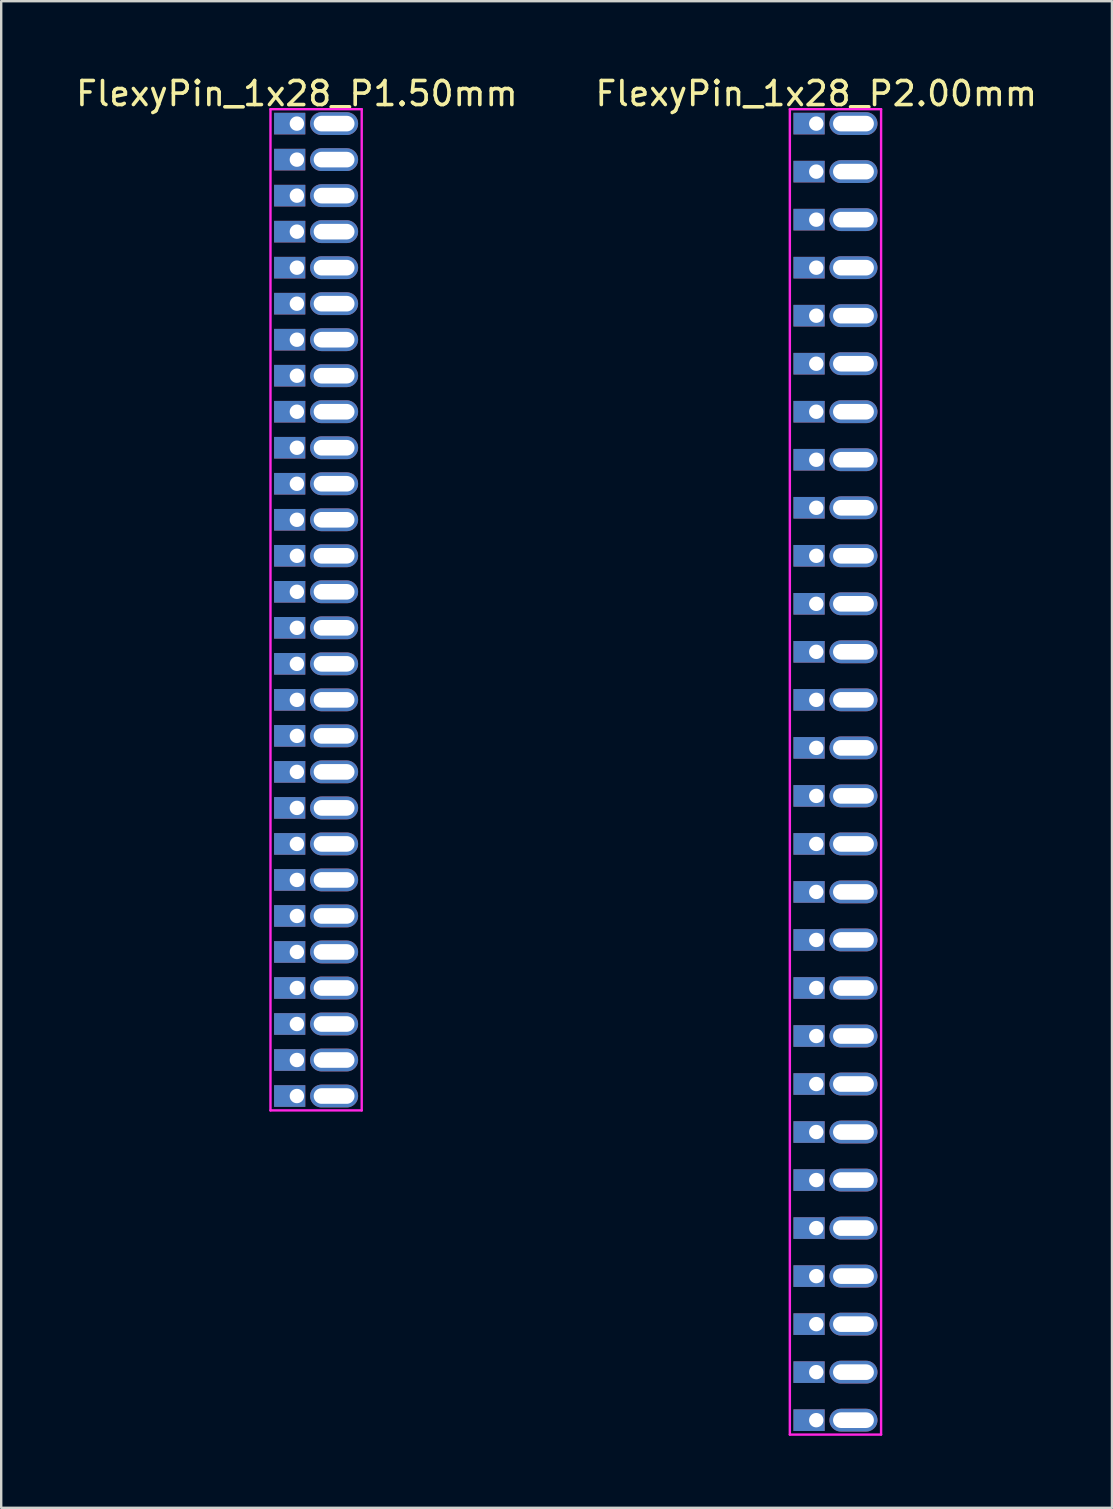
<source format=kicad_pcb>
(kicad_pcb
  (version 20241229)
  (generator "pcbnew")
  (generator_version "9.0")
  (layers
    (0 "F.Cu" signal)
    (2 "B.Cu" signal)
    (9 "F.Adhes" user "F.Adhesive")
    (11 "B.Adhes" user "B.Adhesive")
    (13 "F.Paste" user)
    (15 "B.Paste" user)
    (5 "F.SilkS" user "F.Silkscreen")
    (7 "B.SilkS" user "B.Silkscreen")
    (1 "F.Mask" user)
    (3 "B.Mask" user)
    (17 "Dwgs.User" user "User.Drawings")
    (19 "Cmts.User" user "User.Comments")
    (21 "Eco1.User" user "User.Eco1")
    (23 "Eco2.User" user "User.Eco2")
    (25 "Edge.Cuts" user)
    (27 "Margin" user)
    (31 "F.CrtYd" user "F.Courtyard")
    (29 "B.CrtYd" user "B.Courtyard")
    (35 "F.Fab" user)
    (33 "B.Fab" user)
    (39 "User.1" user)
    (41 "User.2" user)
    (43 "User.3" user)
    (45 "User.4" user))
  (footprint "FlexyPin_1x28_P1.50mm"
    (layer "F.Cu")
    (at 9.315 2.098)
    (property "Reference" "FlexyPin_1x28_P1.50mm" (at 0 -1.25 0) (layer "F.SilkS") (effects (font (size 1 1) (thickness 0.15))))
    (attr through_hole)
    (fp_line (start -1.1 -0.6) (end 2.7 -0.6) (stroke (width 0.1) (type solid)) (layer "F.CrtYd"))
    (fp_line (start -1.1 41.1) (end -1.1 -0.6) (stroke (width 0.1) (type solid)) (layer "F.CrtYd"))
    (fp_line (start 2.7 -0.6) (end 2.7 41.1) (stroke (width 0.1) (type solid)) (layer "F.CrtYd"))
    (fp_line (start 2.7 41.1) (end -1.1 41.1) (stroke (width 0.1) (type solid)) (layer "F.CrtYd"))
    (pad "" thru_hole oval (at 1.55 0) (size 2 0.95) (drill oval 1.7 0.65) (layers "*.Cu" "*.Mask"))
    (pad "" thru_hole oval (at 1.55 1.5) (size 2 0.95) (drill oval 1.7 0.65) (layers "*.Cu" "*.Mask"))
    (pad "" thru_hole oval (at 1.55 3) (size 2 0.95) (drill oval 1.7 0.65) (layers "*.Cu" "*.Mask"))
    (pad "" thru_hole oval (at 1.55 4.5) (size 2 0.95) (drill oval 1.7 0.65) (layers "*.Cu" "*.Mask"))
    (pad "" thru_hole oval (at 1.55 6) (size 2 0.95) (drill oval 1.7 0.65) (layers "*.Cu" "*.Mask"))
    (pad "" thru_hole oval (at 1.55 7.5) (size 2 0.95) (drill oval 1.7 0.65) (layers "*.Cu" "*.Mask"))
    (pad "" thru_hole oval (at 1.55 9) (size 2 0.95) (drill oval 1.7 0.65) (layers "*.Cu" "*.Mask"))
    (pad "" thru_hole oval (at 1.55 10.5) (size 2 0.95) (drill oval 1.7 0.65) (layers "*.Cu" "*.Mask"))
    (pad "" thru_hole oval (at 1.55 12) (size 2 0.95) (drill oval 1.7 0.65) (layers "*.Cu" "*.Mask"))
    (pad "" thru_hole oval (at 1.55 13.5) (size 2 0.95) (drill oval 1.7 0.65) (layers "*.Cu" "*.Mask"))
    (pad "" thru_hole oval (at 1.55 15) (size 2 0.95) (drill oval 1.7 0.65) (layers "*.Cu" "*.Mask"))
    (pad "" thru_hole oval (at 1.55 16.5) (size 2 0.95) (drill oval 1.7 0.65) (layers "*.Cu" "*.Mask"))
    (pad "" thru_hole oval (at 1.55 18) (size 2 0.95) (drill oval 1.7 0.65) (layers "*.Cu" "*.Mask"))
    (pad "" thru_hole oval (at 1.55 19.5) (size 2 0.95) (drill oval 1.7 0.65) (layers "*.Cu" "*.Mask"))
    (pad "" thru_hole oval (at 1.55 21) (size 2 0.95) (drill oval 1.7 0.65) (layers "*.Cu" "*.Mask"))
    (pad "" thru_hole oval (at 1.55 22.5) (size 2 0.95) (drill oval 1.7 0.65) (layers "*.Cu" "*.Mask"))
    (pad "" thru_hole oval (at 1.55 24) (size 2 0.95) (drill oval 1.7 0.65) (layers "*.Cu" "*.Mask"))
    (pad "" thru_hole oval (at 1.55 25.5) (size 2 0.95) (drill oval 1.7 0.65) (layers "*.Cu" "*.Mask"))
    (pad "" thru_hole oval (at 1.55 27) (size 2 0.95) (drill oval 1.7 0.65) (layers "*.Cu" "*.Mask"))
    (pad "" thru_hole oval (at 1.55 28.5) (size 2 0.95) (drill oval 1.7 0.65) (layers "*.Cu" "*.Mask"))
    (pad "" thru_hole oval (at 1.55 30) (size 2 0.95) (drill oval 1.7 0.65) (layers "*.Cu" "*.Mask"))
    (pad "" thru_hole oval (at 1.55 31.5) (size 2 0.95) (drill oval 1.7 0.65) (layers "*.Cu" "*.Mask"))
    (pad "" thru_hole oval (at 1.55 33) (size 2 0.95) (drill oval 1.7 0.65) (layers "*.Cu" "*.Mask"))
    (pad "" thru_hole oval (at 1.55 34.5) (size 2 0.95) (drill oval 1.7 0.65) (layers "*.Cu" "*.Mask"))
    (pad "" thru_hole oval (at 1.55 36) (size 2 0.95) (drill oval 1.7 0.65) (layers "*.Cu" "*.Mask"))
    (pad "" thru_hole oval (at 1.55 37.5) (size 2 0.95) (drill oval 1.7 0.65) (layers "*.Cu" "*.Mask"))
    (pad "" thru_hole oval (at 1.55 39) (size 2 0.95) (drill oval 1.7 0.65) (layers "*.Cu" "*.Mask"))
    (pad "" thru_hole oval (at 1.55 40.5) (size 2 0.95) (drill oval 1.7 0.65) (layers "*.Cu" "*.Mask"))
    (pad "1" thru_hole rect (at 0 0) (size 1.3 0.9) (drill 0.6 (offset -0.3 0)) (layers "*.Cu" "*.Mask"))
    (pad "2" thru_hole rect (at 0 1.5) (size 1.3 0.9) (drill 0.6 (offset -0.3 0)) (layers "*.Cu" "*.Mask"))
    (pad "3" thru_hole rect (at 0 3) (size 1.3 0.9) (drill 0.6 (offset -0.3 0)) (layers "*.Cu" "*.Mask"))
    (pad "4" thru_hole rect (at 0 4.5) (size 1.3 0.9) (drill 0.6 (offset -0.3 0)) (layers "*.Cu" "*.Mask"))
    (pad "5" thru_hole rect (at 0 6) (size 1.3 0.9) (drill 0.6 (offset -0.3 0)) (layers "*.Cu" "*.Mask"))
    (pad "6" thru_hole rect (at 0 7.5) (size 1.3 0.9) (drill 0.6 (offset -0.3 0)) (layers "*.Cu" "*.Mask"))
    (pad "7" thru_hole rect (at 0 9) (size 1.3 0.9) (drill 0.6 (offset -0.3 0)) (layers "*.Cu" "*.Mask"))
    (pad "8" thru_hole rect (at 0 10.5) (size 1.3 0.9) (drill 0.6 (offset -0.3 0)) (layers "*.Cu" "*.Mask"))
    (pad "9" thru_hole rect (at 0 12) (size 1.3 0.9) (drill 0.6 (offset -0.3 0)) (layers "*.Cu" "*.Mask"))
    (pad "10" thru_hole rect (at 0 13.5) (size 1.3 0.9) (drill 0.6 (offset -0.3 0)) (layers "*.Cu" "*.Mask"))
    (pad "11" thru_hole rect (at 0 15) (size 1.3 0.9) (drill 0.6 (offset -0.3 0)) (layers "*.Cu" "*.Mask"))
    (pad "12" thru_hole rect (at 0 16.5) (size 1.3 0.9) (drill 0.6 (offset -0.3 0)) (layers "*.Cu" "*.Mask"))
    (pad "13" thru_hole rect (at 0 18) (size 1.3 0.9) (drill 0.6 (offset -0.3 0)) (layers "*.Cu" "*.Mask"))
    (pad "14" thru_hole rect (at 0 19.5) (size 1.3 0.9) (drill 0.6 (offset -0.3 0)) (layers "*.Cu" "*.Mask"))
    (pad "15" thru_hole rect (at 0 21) (size 1.3 0.9) (drill 0.6 (offset -0.3 0)) (layers "*.Cu" "*.Mask"))
    (pad "16" thru_hole rect (at 0 22.5) (size 1.3 0.9) (drill 0.6 (offset -0.3 0)) (layers "*.Cu" "*.Mask"))
    (pad "17" thru_hole rect (at 0 24) (size 1.3 0.9) (drill 0.6 (offset -0.3 0)) (layers "*.Cu" "*.Mask"))
    (pad "18" thru_hole rect (at 0 25.5) (size 1.3 0.9) (drill 0.6 (offset -0.3 0)) (layers "*.Cu" "*.Mask"))
    (pad "19" thru_hole rect (at 0 27) (size 1.3 0.9) (drill 0.6 (offset -0.3 0)) (layers "*.Cu" "*.Mask"))
    (pad "20" thru_hole rect (at 0 28.5) (size 1.3 0.9) (drill 0.6 (offset -0.3 0)) (layers "*.Cu" "*.Mask"))
    (pad "21" thru_hole rect (at 0 30) (size 1.3 0.9) (drill 0.6 (offset -0.3 0)) (layers "*.Cu" "*.Mask"))
    (pad "22" thru_hole rect (at 0 31.5) (size 1.3 0.9) (drill 0.6 (offset -0.3 0)) (layers "*.Cu" "*.Mask"))
    (pad "23" thru_hole rect (at 0 33) (size 1.3 0.9) (drill 0.6 (offset -0.3 0)) (layers "*.Cu" "*.Mask"))
    (pad "24" thru_hole rect (at 0 34.5) (size 1.3 0.9) (drill 0.6 (offset -0.3 0)) (layers "*.Cu" "*.Mask"))
    (pad "25" thru_hole rect (at 0 36) (size 1.3 0.9) (drill 0.6 (offset -0.3 0)) (layers "*.Cu" "*.Mask"))
    (pad "26" thru_hole rect (at 0 37.5) (size 1.3 0.9) (drill 0.6 (offset -0.3 0)) (layers "*.Cu" "*.Mask"))
    (pad "27" thru_hole rect (at 0 39) (size 1.3 0.9) (drill 0.6 (offset -0.3 0)) (layers "*.Cu" "*.Mask"))
    (pad "28" thru_hole rect (at 0 40.5) (size 1.3 0.9) (drill 0.6 (offset -0.3 0)) (layers "*.Cu" "*.Mask")))
  (footprint "FlexyPin_1x28_P2.00mm"
    (layer "F.Cu")
    (at 30.946 2.098)
    (property "Reference" "FlexyPin_1x28_P2.00mm" (at 0 -1.25 0) (layer "F.SilkS") (effects (font (size 1 1) (thickness 0.15))))
    (attr through_hole)
    (fp_line (start -1.1 -0.6) (end 2.7 -0.6) (stroke (width 0.1) (type solid)) (layer "F.CrtYd"))
    (fp_line (start -1.1 54.6) (end -1.1 -0.6) (stroke (width 0.1) (type solid)) (layer "F.CrtYd"))
    (fp_line (start 2.7 -0.6) (end 2.7 54.6) (stroke (width 0.1) (type solid)) (layer "F.CrtYd"))
    (fp_line (start 2.7 54.6) (end -1.1 54.6) (stroke (width 0.1) (type solid)) (layer "F.CrtYd"))
    (pad "" thru_hole oval (at 1.55 0) (size 2 0.95) (drill oval 1.7 0.65) (layers "*.Cu" "*.Mask"))
    (pad "" thru_hole oval (at 1.55 2) (size 2 0.95) (drill oval 1.7 0.65) (layers "*.Cu" "*.Mask"))
    (pad "" thru_hole oval (at 1.55 4) (size 2 0.95) (drill oval 1.7 0.65) (layers "*.Cu" "*.Mask"))
    (pad "" thru_hole oval (at 1.55 6) (size 2 0.95) (drill oval 1.7 0.65) (layers "*.Cu" "*.Mask"))
    (pad "" thru_hole oval (at 1.55 8) (size 2 0.95) (drill oval 1.7 0.65) (layers "*.Cu" "*.Mask"))
    (pad "" thru_hole oval (at 1.55 10) (size 2 0.95) (drill oval 1.7 0.65) (layers "*.Cu" "*.Mask"))
    (pad "" thru_hole oval (at 1.55 12) (size 2 0.95) (drill oval 1.7 0.65) (layers "*.Cu" "*.Mask"))
    (pad "" thru_hole oval (at 1.55 14) (size 2 0.95) (drill oval 1.7 0.65) (layers "*.Cu" "*.Mask"))
    (pad "" thru_hole oval (at 1.55 16) (size 2 0.95) (drill oval 1.7 0.65) (layers "*.Cu" "*.Mask"))
    (pad "" thru_hole oval (at 1.55 18) (size 2 0.95) (drill oval 1.7 0.65) (layers "*.Cu" "*.Mask"))
    (pad "" thru_hole oval (at 1.55 20) (size 2 0.95) (drill oval 1.7 0.65) (layers "*.Cu" "*.Mask"))
    (pad "" thru_hole oval (at 1.55 22) (size 2 0.95) (drill oval 1.7 0.65) (layers "*.Cu" "*.Mask"))
    (pad "" thru_hole oval (at 1.55 24) (size 2 0.95) (drill oval 1.7 0.65) (layers "*.Cu" "*.Mask"))
    (pad "" thru_hole oval (at 1.55 26) (size 2 0.95) (drill oval 1.7 0.65) (layers "*.Cu" "*.Mask"))
    (pad "" thru_hole oval (at 1.55 28) (size 2 0.95) (drill oval 1.7 0.65) (layers "*.Cu" "*.Mask"))
    (pad "" thru_hole oval (at 1.55 30) (size 2 0.95) (drill oval 1.7 0.65) (layers "*.Cu" "*.Mask"))
    (pad "" thru_hole oval (at 1.55 32) (size 2 0.95) (drill oval 1.7 0.65) (layers "*.Cu" "*.Mask"))
    (pad "" thru_hole oval (at 1.55 34) (size 2 0.95) (drill oval 1.7 0.65) (layers "*.Cu" "*.Mask"))
    (pad "" thru_hole oval (at 1.55 36) (size 2 0.95) (drill oval 1.7 0.65) (layers "*.Cu" "*.Mask"))
    (pad "" thru_hole oval (at 1.55 38) (size 2 0.95) (drill oval 1.7 0.65) (layers "*.Cu" "*.Mask"))
    (pad "" thru_hole oval (at 1.55 40) (size 2 0.95) (drill oval 1.7 0.65) (layers "*.Cu" "*.Mask"))
    (pad "" thru_hole oval (at 1.55 42) (size 2 0.95) (drill oval 1.7 0.65) (layers "*.Cu" "*.Mask"))
    (pad "" thru_hole oval (at 1.55 44) (size 2 0.95) (drill oval 1.7 0.65) (layers "*.Cu" "*.Mask"))
    (pad "" thru_hole oval (at 1.55 46) (size 2 0.95) (drill oval 1.7 0.65) (layers "*.Cu" "*.Mask"))
    (pad "" thru_hole oval (at 1.55 48) (size 2 0.95) (drill oval 1.7 0.65) (layers "*.Cu" "*.Mask"))
    (pad "" thru_hole oval (at 1.55 50) (size 2 0.95) (drill oval 1.7 0.65) (layers "*.Cu" "*.Mask"))
    (pad "" thru_hole oval (at 1.55 52) (size 2 0.95) (drill oval 1.7 0.65) (layers "*.Cu" "*.Mask"))
    (pad "" thru_hole oval (at 1.55 54) (size 2 0.95) (drill oval 1.7 0.65) (layers "*.Cu" "*.Mask"))
    (pad "1" thru_hole rect (at 0 0) (size 1.3 0.9) (drill 0.6 (offset -0.3 0)) (layers "*.Cu" "*.Mask"))
    (pad "2" thru_hole rect (at 0 2) (size 1.3 0.9) (drill 0.6 (offset -0.3 0)) (layers "*.Cu" "*.Mask"))
    (pad "3" thru_hole rect (at 0 4) (size 1.3 0.9) (drill 0.6 (offset -0.3 0)) (layers "*.Cu" "*.Mask"))
    (pad "4" thru_hole rect (at 0 6) (size 1.3 0.9) (drill 0.6 (offset -0.3 0)) (layers "*.Cu" "*.Mask"))
    (pad "5" thru_hole rect (at 0 8) (size 1.3 0.9) (drill 0.6 (offset -0.3 0)) (layers "*.Cu" "*.Mask"))
    (pad "6" thru_hole rect (at 0 10) (size 1.3 0.9) (drill 0.6 (offset -0.3 0)) (layers "*.Cu" "*.Mask"))
    (pad "7" thru_hole rect (at 0 12) (size 1.3 0.9) (drill 0.6 (offset -0.3 0)) (layers "*.Cu" "*.Mask"))
    (pad "8" thru_hole rect (at 0 14) (size 1.3 0.9) (drill 0.6 (offset -0.3 0)) (layers "*.Cu" "*.Mask"))
    (pad "9" thru_hole rect (at 0 16) (size 1.3 0.9) (drill 0.6 (offset -0.3 0)) (layers "*.Cu" "*.Mask"))
    (pad "10" thru_hole rect (at 0 18) (size 1.3 0.9) (drill 0.6 (offset -0.3 0)) (layers "*.Cu" "*.Mask"))
    (pad "11" thru_hole rect (at 0 20) (size 1.3 0.9) (drill 0.6 (offset -0.3 0)) (layers "*.Cu" "*.Mask"))
    (pad "12" thru_hole rect (at 0 22) (size 1.3 0.9) (drill 0.6 (offset -0.3 0)) (layers "*.Cu" "*.Mask"))
    (pad "13" thru_hole rect (at 0 24) (size 1.3 0.9) (drill 0.6 (offset -0.3 0)) (layers "*.Cu" "*.Mask"))
    (pad "14" thru_hole rect (at 0 26) (size 1.3 0.9) (drill 0.6 (offset -0.3 0)) (layers "*.Cu" "*.Mask"))
    (pad "15" thru_hole rect (at 0 28) (size 1.3 0.9) (drill 0.6 (offset -0.3 0)) (layers "*.Cu" "*.Mask"))
    (pad "16" thru_hole rect (at 0 30) (size 1.3 0.9) (drill 0.6 (offset -0.3 0)) (layers "*.Cu" "*.Mask"))
    (pad "17" thru_hole rect (at 0 32) (size 1.3 0.9) (drill 0.6 (offset -0.3 0)) (layers "*.Cu" "*.Mask"))
    (pad "18" thru_hole rect (at 0 34) (size 1.3 0.9) (drill 0.6 (offset -0.3 0)) (layers "*.Cu" "*.Mask"))
    (pad "19" thru_hole rect (at 0 36) (size 1.3 0.9) (drill 0.6 (offset -0.3 0)) (layers "*.Cu" "*.Mask"))
    (pad "20" thru_hole rect (at 0 38) (size 1.3 0.9) (drill 0.6 (offset -0.3 0)) (layers "*.Cu" "*.Mask"))
    (pad "21" thru_hole rect (at 0 40) (size 1.3 0.9) (drill 0.6 (offset -0.3 0)) (layers "*.Cu" "*.Mask"))
    (pad "22" thru_hole rect (at 0 42) (size 1.3 0.9) (drill 0.6 (offset -0.3 0)) (layers "*.Cu" "*.Mask"))
    (pad "23" thru_hole rect (at 0 44) (size 1.3 0.9) (drill 0.6 (offset -0.3 0)) (layers "*.Cu" "*.Mask"))
    (pad "24" thru_hole rect (at 0 46) (size 1.3 0.9) (drill 0.6 (offset -0.3 0)) (layers "*.Cu" "*.Mask"))
    (pad "25" thru_hole rect (at 0 48) (size 1.3 0.9) (drill 0.6 (offset -0.3 0)) (layers "*.Cu" "*.Mask"))
    (pad "26" thru_hole rect (at 0 50) (size 1.3 0.9) (drill 0.6 (offset -0.3 0)) (layers "*.Cu" "*.Mask"))
    (pad "27" thru_hole rect (at 0 52) (size 1.3 0.9) (drill 0.6 (offset -0.3 0)) (layers "*.Cu" "*.Mask"))
    (pad "28" thru_hole rect (at 0 54) (size 1.3 0.9) (drill 0.6 (offset -0.3 0)) (layers "*.Cu" "*.Mask")))
  (gr_rect
    (start -3 -3)
    (end 43.262 59.748)
    (stroke (width 0.1) (type default))
    (fill no)
    (layer "Edge.Cuts")))
</source>
